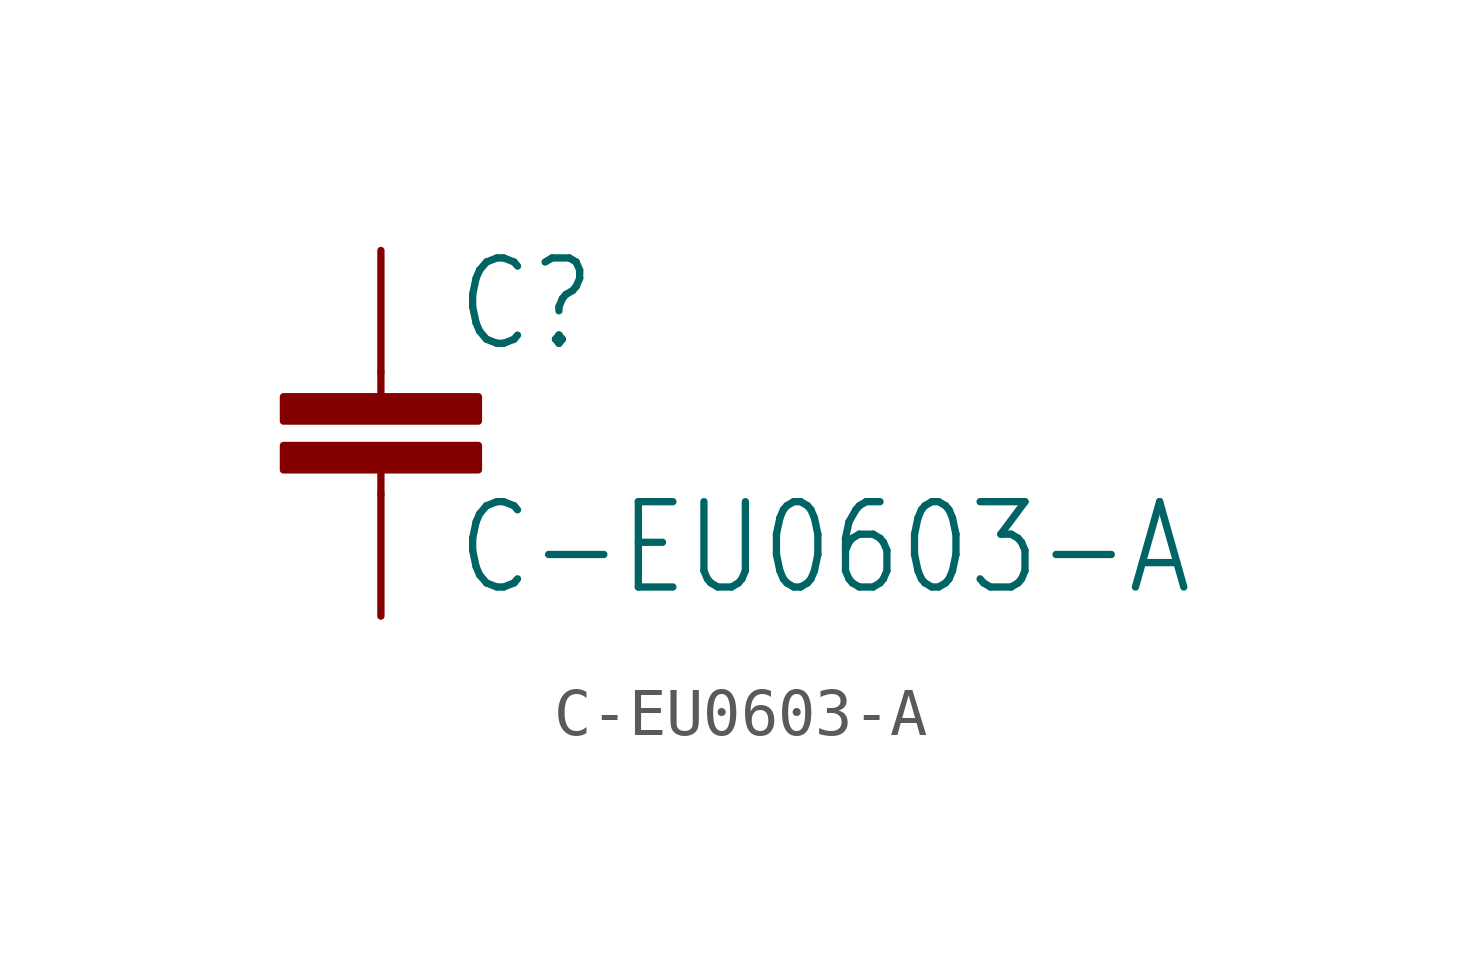
<source format=kicad_sym>
(kicad_symbol_lib
  (version 20210619)
  (generator kicad_symbol_editor)
  (symbol "C-EU0603-A"
    (property "Reference" "C"
      (at 1.524 0.381 0)
      (effects (font (size 1.778 1.511)) (justify left bottom)))
    (property "Value" "C-EU0603-A"
      (at 1.524 -4.699 0)
      (effects (font (size 1.778 1.511)) (justify left bottom)))
    (property "ki_locked" ""
      (at 0 0 0)
      (effects (font (size 1.27 1.27))))
    (symbol "C-EU0603-A_1_0"
      (rectangle (start -2.032 -2.032) (end 2.032 -1.524) (stroke (width 0)) (fill (type outline)))
      (rectangle (start -2.032 -1.016) (end 2.032 -0.508) (stroke (width 0)) (fill (type outline)))
      (polyline (pts (xy 0 -2.54) (xy 0 -2.032)) (stroke (width 0.152)) (fill (type none)))
      (polyline (pts (xy 0 0) (xy 0 -0.508)) (stroke (width 0.152)) (fill (type none)))
      (pin passive line (at 0 2.54 270) (length 2.54) (name "1" (effects (font (size 0 0)))) (number "1" (effects (font (size 0 0)))))
      (pin passive line (at 0 -5.08 90) (length 2.54) (name "2" (effects (font (size 0 0)))) (number "2" (effects (font (size 0 0))))))))
</source>
